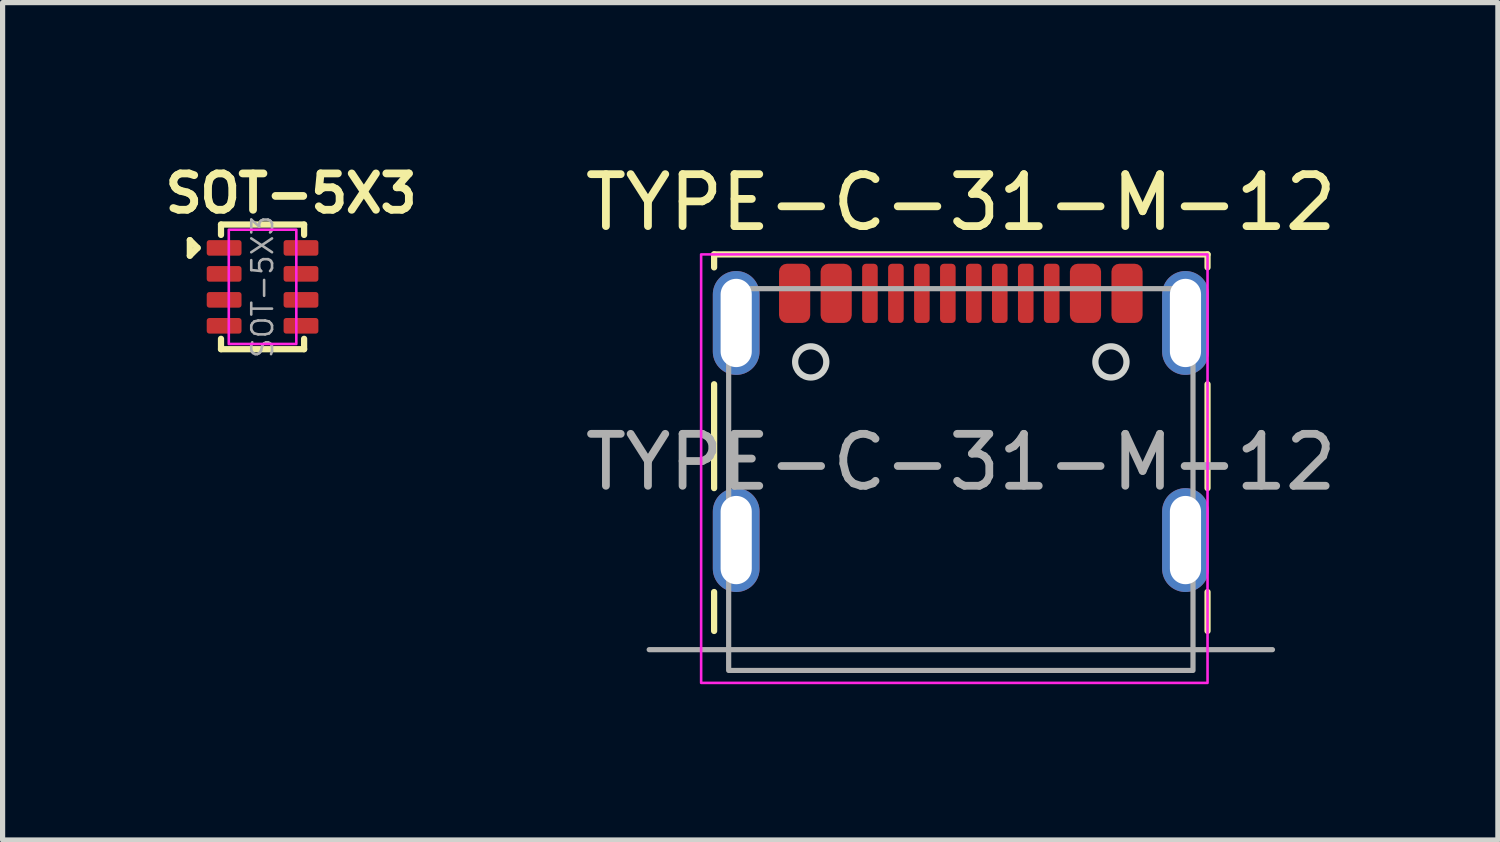
<source format=kicad_pcb>
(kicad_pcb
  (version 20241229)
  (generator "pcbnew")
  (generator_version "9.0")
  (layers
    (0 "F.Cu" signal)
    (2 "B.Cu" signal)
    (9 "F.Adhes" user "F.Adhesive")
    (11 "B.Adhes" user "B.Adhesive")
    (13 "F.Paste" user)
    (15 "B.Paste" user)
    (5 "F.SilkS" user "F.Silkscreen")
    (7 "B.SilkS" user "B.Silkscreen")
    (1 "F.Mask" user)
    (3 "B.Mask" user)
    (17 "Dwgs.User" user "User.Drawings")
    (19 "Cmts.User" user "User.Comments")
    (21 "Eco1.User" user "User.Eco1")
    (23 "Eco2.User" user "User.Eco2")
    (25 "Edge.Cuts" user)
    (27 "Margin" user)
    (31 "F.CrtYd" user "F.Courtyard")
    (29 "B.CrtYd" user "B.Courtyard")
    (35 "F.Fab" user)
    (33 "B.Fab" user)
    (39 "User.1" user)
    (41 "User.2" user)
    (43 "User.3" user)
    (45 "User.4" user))
  (footprint "SOT-5X3"
    (layer "F.Cu")
    (at 2.005 2.473)
    (property "Reference" "SOT-5X3" (at 0.55 -1.8 0) (unlocked yes) (layer "F.SilkS") (effects (font (size 0.7 0.7) (thickness 0.15))))
    (attr smd)
    (fp_line (start -1.4 -0.9) (end -1.4 -0.6) (stroke (width 0.12) (type default)) (layer "F.SilkS"))
    (fp_line (start -1.4 -0.6) (end -1.25 -0.75) (stroke (width 0.12) (type default)) (layer "F.SilkS"))
    (fp_line (start -1.25 -0.75) (end -1.4 -0.9) (stroke (width 0.12) (type default)) (layer "F.SilkS"))
    (fp_line (start -0.8 -1.2) (end 0.8 -1.2) (stroke (width 0.12) (type solid)) (layer "F.SilkS"))
    (fp_line (start -0.8 -1) (end -0.8 -1.2) (stroke (width 0.12) (type solid)) (layer "F.SilkS"))
    (fp_line (start -0.8 1) (end -0.8 1.2) (stroke (width 0.12) (type solid)) (layer "F.SilkS"))
    (fp_line (start -0.8 1.2) (end 0.8 1.2) (stroke (width 0.12) (type solid)) (layer "F.SilkS"))
    (fp_line (start 0.8 -1.2) (end 0.8 -1) (stroke (width 0.12) (type solid)) (layer "F.SilkS"))
    (fp_line (start 0.8 1.2) (end 0.8 1) (stroke (width 0.12) (type solid)) (layer "F.SilkS"))
    (fp_rect (start -0.65 -1.1) (end 0.65 1.1) (stroke (width 0.05) (type solid)) (fill no) (layer "F.CrtYd"))
    (fp_text user "${REFERENCE}" (at 0 0 90) (unlocked yes) (layer "F.Fab") (effects (font (size 0.4 0.4) (thickness 0.05))))
    (pad "1" smd roundrect (at -0.74 -0.75) (size 0.67 0.3) (layers "F.Cu" "F.Mask" "F.Paste") (roundrect_rratio 0.167))
    (pad "2" smd roundrect (at -0.74 -0.25) (size 0.67 0.3) (layers "F.Cu" "F.Mask" "F.Paste") (roundrect_rratio 0.167))
    (pad "3" smd roundrect (at -0.74 0.25) (size 0.67 0.3) (layers "F.Cu" "F.Mask" "F.Paste") (roundrect_rratio 0.167))
    (pad "4" smd roundrect (at -0.74 0.75) (size 0.67 0.3) (layers "F.Cu" "F.Mask" "F.Paste") (roundrect_rratio 0.167))
    (pad "5" smd roundrect (at 0.74 0.75) (size 0.67 0.3) (layers "F.Cu" "F.Mask" "F.Paste") (roundrect_rratio 0.167))
    (pad "6" smd roundrect (at 0.74 0.25) (size 0.67 0.3) (layers "F.Cu" "F.Mask" "F.Paste") (roundrect_rratio 0.167))
    (pad "7" smd roundrect (at 0.74 -0.25) (size 0.67 0.3) (layers "F.Cu" "F.Mask" "F.Paste") (roundrect_rratio 0.167))
    (pad "8" smd roundrect (at 0.74 -0.75) (size 0.67 0.3) (layers "F.Cu" "F.Mask" "F.Paste") (roundrect_rratio 0.167)))
  (footprint "TYPE-C-31-M-12"
    (layer "F.Cu")
    (at 15.449 2.598)
    (property "Reference" "TYPE-C-31-M-12" (at 0 -1.75 0) (unlocked yes) (layer "F.SilkS") (effects (font (size 1 1) (thickness 0.15))))
    (attr smd)
    (fp_line (start -4.75 -0.75) (end 4.75 -0.75) (stroke (width 0.12) (type default)) (layer "F.SilkS"))
    (fp_line (start -4.75 -0.5) (end -4.75 -0.75) (stroke (width 0.12) (type default)) (layer "F.SilkS"))
    (fp_line (start -4.75 3.75) (end -4.75 1.75) (stroke (width 0.12) (type default)) (layer "F.SilkS"))
    (fp_line (start -4.75 6.5) (end -4.75 5.75) (stroke (width 0.12) (type default)) (layer "F.SilkS"))
    (fp_line (start 4.75 -0.75) (end 4.75 -0.5) (stroke (width 0.12) (type default)) (layer "F.SilkS"))
    (fp_line (start 4.75 3.75) (end 4.75 1.75) (stroke (width 0.12) (type default)) (layer "F.SilkS"))
    (fp_line (start 4.75 6.5) (end 4.75 5.75) (stroke (width 0.12) (type default)) (layer "F.SilkS"))
    (fp_circle (center -2.89 1.32) (end -2.59 1.32) (stroke (width 0.12) (type default)) (fill no) (layer "Edge.Cuts"))
    (fp_circle (center 2.89 1.32) (end 3.19 1.32) (stroke (width 0.12) (type default)) (fill no) (layer "Edge.Cuts"))
    (fp_rect (start -5 -0.75) (end 4.75 7.5) (stroke (width 0.05) (type default)) (fill no) (layer "F.CrtYd"))
    (fp_line (start -6 6.86) (end 6 6.86) (stroke (width 0.1) (type default)) (layer "F.Fab"))
    (fp_rect (start -4.47 -0.09) (end 4.47 7.26) (stroke (width 0.1) (type default)) (fill no) (layer "F.Fab"))
    (fp_text user "${REFERENCE}" (at 0 3.25 0) (unlocked yes) (layer "F.Fab") (effects (font (size 1 1) (thickness 0.15))))
    (pad "A1" smd roundrect (at -3.2 0) (size 0.6 1.14) (layers "F.Cu" "F.Mask" "F.Paste") (roundrect_rratio 0.25))
    (pad "A1" smd roundrect (at 3.2 0) (size 0.6 1.14) (layers "F.Cu" "F.Mask" "F.Paste") (roundrect_rratio 0.25))
    (pad "A4" smd roundrect (at -2.4 0) (size 0.6 1.14) (layers "F.Cu" "F.Mask" "F.Paste") (roundrect_rratio 0.25))
    (pad "A4" smd roundrect (at 2.4 0) (size 0.6 1.14) (layers "F.Cu" "F.Mask" "F.Paste") (roundrect_rratio 0.25))
    (pad "A5" smd roundrect (at -1.25 0) (size 0.3 1.14) (layers "F.Cu" "F.Mask" "F.Paste") (roundrect_rratio 0.25))
    (pad "A6" smd roundrect (at -0.25 0) (size 0.3 1.14) (layers "F.Cu" "F.Mask" "F.Paste") (roundrect_rratio 0.25))
    (pad "A7" smd roundrect (at 0.25 0) (size 0.3 1.14) (layers "F.Cu" "F.Mask" "F.Paste") (roundrect_rratio 0.25))
    (pad "A8" smd roundrect (at 1.25 0) (size 0.3 1.14) (layers "F.Cu" "F.Mask" "F.Paste") (roundrect_rratio 0.25))
    (pad "B5" smd roundrect (at 1.75 0) (size 0.3 1.14) (layers "F.Cu" "F.Mask" "F.Paste") (roundrect_rratio 0.25))
    (pad "B6" smd roundrect (at 0.75 0) (size 0.3 1.14) (layers "F.Cu" "F.Mask" "F.Paste") (roundrect_rratio 0.25))
    (pad "B7" smd roundrect (at -0.75 0) (size 0.3 1.14) (layers "F.Cu" "F.Mask" "F.Paste") (roundrect_rratio 0.25))
    (pad "B8" smd roundrect (at -1.75 0) (size 0.3 1.14) (layers "F.Cu" "F.Mask" "F.Paste") (roundrect_rratio 0.25))
    (pad "S1" thru_hole oval (at -4.325 0.57) (size 0.9 2) (drill oval 0.6 1.7) (layers "*.Cu" "*.Mask"))
    (pad "S1" thru_hole oval (at -4.325 4.75) (size 0.9 2) (drill oval 0.6 1.7) (layers "*.Cu" "*.Mask"))
    (pad "S1" thru_hole oval (at 4.325 0.57) (size 0.9 2) (drill oval 0.6 1.7) (layers "*.Cu" "*.Mask"))
    (pad "S1" thru_hole oval (at 4.325 4.75) (size 0.9 2) (drill oval 0.6 1.7) (layers "*.Cu" "*.Mask")))
  (gr_rect
    (start -3 -3)
    (end 25.789 13.123)
    (stroke (width 0.1) (type default))
    (fill no)
    (layer "Edge.Cuts")))
</source>
